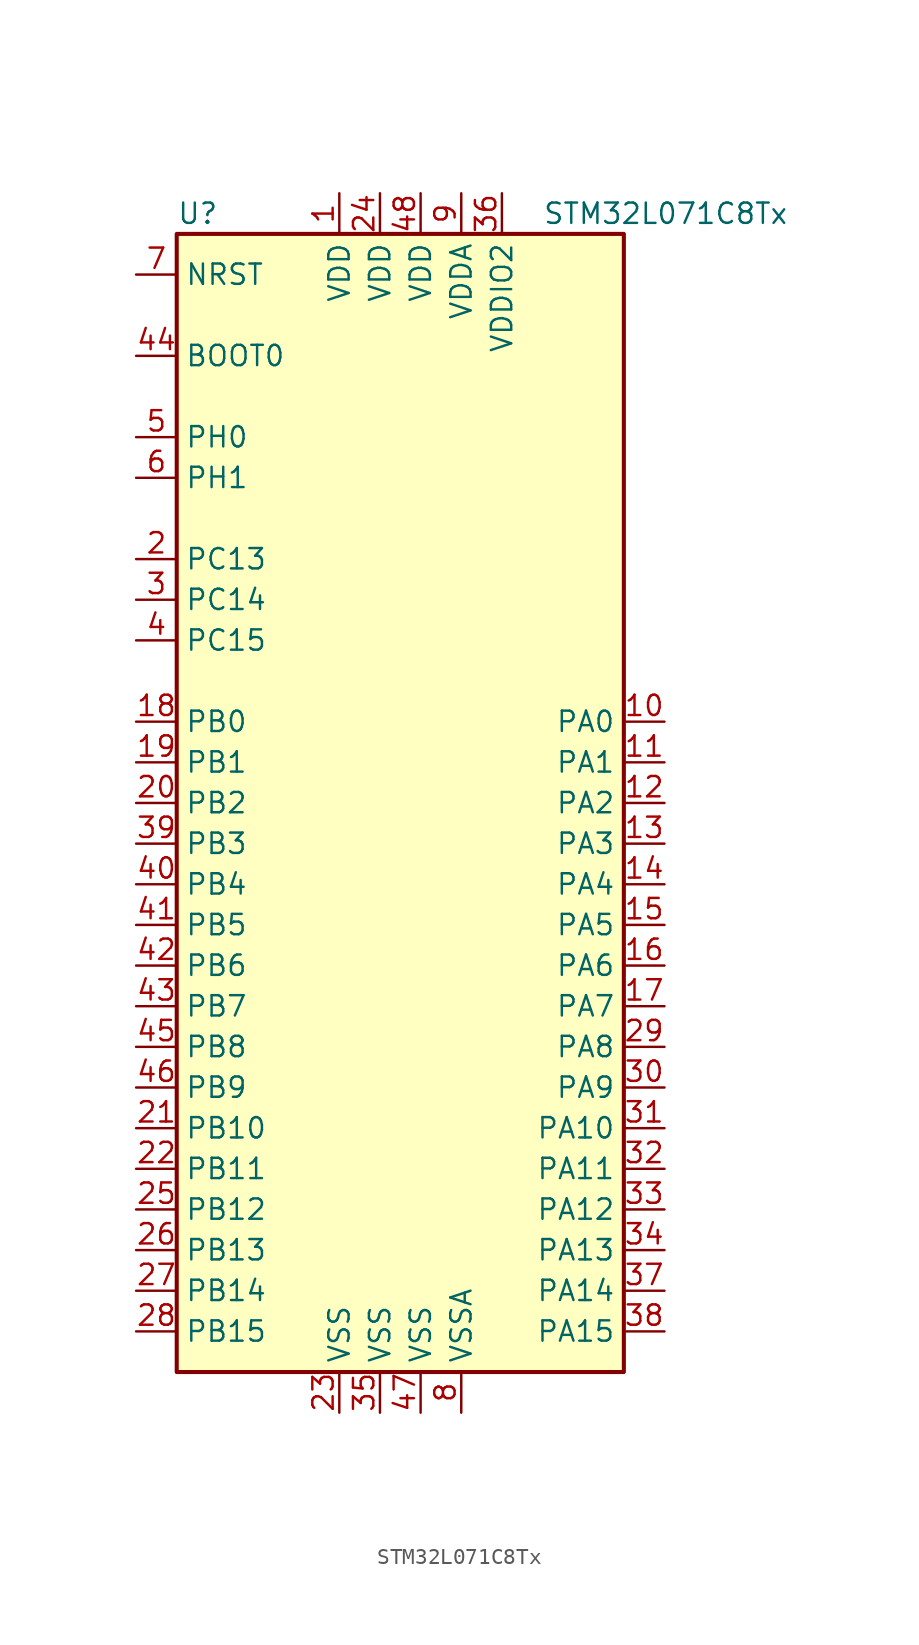
<source format=kicad_sym>
(kicad_symbol_lib
  (version 20201005)
  (generator kicad_symbol_editor)
  (symbol "MCU_ST_STM32L0:STM32L071C8Tx"
    (property "Reference" "U"
      (at -15.24 36.83 0)
      (effects (font (size 1.27 1.27)) (justify left)))
    (property "Value" "STM32L071C8Tx"
      (at 7.62 36.83 0)
      (effects (font (size 1.27 1.27)) (justify left)))
    (symbol "STM32L071C8Tx_0_1"
      (rectangle (start -15.24 -35.56) (end 12.7 35.56) (stroke (width 0.254)) (fill (type background))))
    (symbol "STM32L071C8Tx_1_1"
      (pin input line (at -17.78 27.94 0) (length 2.54) (name "BOOT0" (effects (font (size 1.27 1.27)))) (number "44" (effects (font (size 1.27 1.27)))))
      (pin input line (at -17.78 33.02 0) (length 2.54) (name "NRST" (effects (font (size 1.27 1.27)))) (number "7" (effects (font (size 1.27 1.27)))))
      (pin bidirectional line (at 15.24 5.08 180) (length 2.54) (name "PA0" (effects (font (size 1.27 1.27)))) (number "10" (effects (font (size 1.27 1.27)))))
      (pin bidirectional line (at 15.24 2.54 180) (length 2.54) (name "PA1" (effects (font (size 1.27 1.27)))) (number "11" (effects (font (size 1.27 1.27)))))
      (pin bidirectional line (at 15.24 -20.32 180) (length 2.54) (name "PA10" (effects (font (size 1.27 1.27)))) (number "31" (effects (font (size 1.27 1.27)))))
      (pin bidirectional line (at 15.24 -22.86 180) (length 2.54) (name "PA11" (effects (font (size 1.27 1.27)))) (number "32" (effects (font (size 1.27 1.27)))))
      (pin bidirectional line (at 15.24 -25.4 180) (length 2.54) (name "PA12" (effects (font (size 1.27 1.27)))) (number "33" (effects (font (size 1.27 1.27)))))
      (pin bidirectional line (at 15.24 -27.94 180) (length 2.54) (name "PA13" (effects (font (size 1.27 1.27)))) (number "34" (effects (font (size 1.27 1.27)))))
      (pin bidirectional line (at 15.24 -30.48 180) (length 2.54) (name "PA14" (effects (font (size 1.27 1.27)))) (number "37" (effects (font (size 1.27 1.27)))))
      (pin bidirectional line (at 15.24 -33.02 180) (length 2.54) (name "PA15" (effects (font (size 1.27 1.27)))) (number "38" (effects (font (size 1.27 1.27)))))
      (pin bidirectional line (at 15.24 0 180) (length 2.54) (name "PA2" (effects (font (size 1.27 1.27)))) (number "12" (effects (font (size 1.27 1.27)))))
      (pin bidirectional line (at 15.24 -2.54 180) (length 2.54) (name "PA3" (effects (font (size 1.27 1.27)))) (number "13" (effects (font (size 1.27 1.27)))))
      (pin bidirectional line (at 15.24 -5.08 180) (length 2.54) (name "PA4" (effects (font (size 1.27 1.27)))) (number "14" (effects (font (size 1.27 1.27)))))
      (pin bidirectional line (at 15.24 -7.62 180) (length 2.54) (name "PA5" (effects (font (size 1.27 1.27)))) (number "15" (effects (font (size 1.27 1.27)))))
      (pin bidirectional line (at 15.24 -10.16 180) (length 2.54) (name "PA6" (effects (font (size 1.27 1.27)))) (number "16" (effects (font (size 1.27 1.27)))))
      (pin bidirectional line (at 15.24 -12.7 180) (length 2.54) (name "PA7" (effects (font (size 1.27 1.27)))) (number "17" (effects (font (size 1.27 1.27)))))
      (pin bidirectional line (at 15.24 -15.24 180) (length 2.54) (name "PA8" (effects (font (size 1.27 1.27)))) (number "29" (effects (font (size 1.27 1.27)))))
      (pin bidirectional line (at 15.24 -17.78 180) (length 2.54) (name "PA9" (effects (font (size 1.27 1.27)))) (number "30" (effects (font (size 1.27 1.27)))))
      (pin bidirectional line (at -17.78 5.08 0) (length 2.54) (name "PB0" (effects (font (size 1.27 1.27)))) (number "18" (effects (font (size 1.27 1.27)))))
      (pin bidirectional line (at -17.78 2.54 0) (length 2.54) (name "PB1" (effects (font (size 1.27 1.27)))) (number "19" (effects (font (size 1.27 1.27)))))
      (pin bidirectional line (at -17.78 -20.32 0) (length 2.54) (name "PB10" (effects (font (size 1.27 1.27)))) (number "21" (effects (font (size 1.27 1.27)))))
      (pin bidirectional line (at -17.78 -22.86 0) (length 2.54) (name "PB11" (effects (font (size 1.27 1.27)))) (number "22" (effects (font (size 1.27 1.27)))))
      (pin bidirectional line (at -17.78 -25.4 0) (length 2.54) (name "PB12" (effects (font (size 1.27 1.27)))) (number "25" (effects (font (size 1.27 1.27)))))
      (pin bidirectional line (at -17.78 -27.94 0) (length 2.54) (name "PB13" (effects (font (size 1.27 1.27)))) (number "26" (effects (font (size 1.27 1.27)))))
      (pin bidirectional line (at -17.78 -30.48 0) (length 2.54) (name "PB14" (effects (font (size 1.27 1.27)))) (number "27" (effects (font (size 1.27 1.27)))))
      (pin bidirectional line (at -17.78 -33.02 0) (length 2.54) (name "PB15" (effects (font (size 1.27 1.27)))) (number "28" (effects (font (size 1.27 1.27)))))
      (pin bidirectional line (at -17.78 0 0) (length 2.54) (name "PB2" (effects (font (size 1.27 1.27)))) (number "20" (effects (font (size 1.27 1.27)))))
      (pin bidirectional line (at -17.78 -2.54 0) (length 2.54) (name "PB3" (effects (font (size 1.27 1.27)))) (number "39" (effects (font (size 1.27 1.27)))))
      (pin bidirectional line (at -17.78 -5.08 0) (length 2.54) (name "PB4" (effects (font (size 1.27 1.27)))) (number "40" (effects (font (size 1.27 1.27)))))
      (pin bidirectional line (at -17.78 -7.62 0) (length 2.54) (name "PB5" (effects (font (size 1.27 1.27)))) (number "41" (effects (font (size 1.27 1.27)))))
      (pin bidirectional line (at -17.78 -10.16 0) (length 2.54) (name "PB6" (effects (font (size 1.27 1.27)))) (number "42" (effects (font (size 1.27 1.27)))))
      (pin bidirectional line (at -17.78 -12.7 0) (length 2.54) (name "PB7" (effects (font (size 1.27 1.27)))) (number "43" (effects (font (size 1.27 1.27)))))
      (pin bidirectional line (at -17.78 -15.24 0) (length 2.54) (name "PB8" (effects (font (size 1.27 1.27)))) (number "45" (effects (font (size 1.27 1.27)))))
      (pin bidirectional line (at -17.78 -17.78 0) (length 2.54) (name "PB9" (effects (font (size 1.27 1.27)))) (number "46" (effects (font (size 1.27 1.27)))))
      (pin bidirectional line (at -17.78 15.24 0) (length 2.54) (name "PC13" (effects (font (size 1.27 1.27)))) (number "2" (effects (font (size 1.27 1.27)))))
      (pin bidirectional line (at -17.78 12.7 0) (length 2.54) (name "PC14" (effects (font (size 1.27 1.27)))) (number "3" (effects (font (size 1.27 1.27)))))
      (pin bidirectional line (at -17.78 10.16 0) (length 2.54) (name "PC15" (effects (font (size 1.27 1.27)))) (number "4" (effects (font (size 1.27 1.27)))))
      (pin input line (at -17.78 22.86 0) (length 2.54) (name "PH0" (effects (font (size 1.27 1.27)))) (number "5" (effects (font (size 1.27 1.27)))))
      (pin input line (at -17.78 20.32 0) (length 2.54) (name "PH1" (effects (font (size 1.27 1.27)))) (number "6" (effects (font (size 1.27 1.27)))))
      (pin power_in line (at -5.08 38.1 270) (length 2.54) (name "VDD" (effects (font (size 1.27 1.27)))) (number "1" (effects (font (size 1.27 1.27)))))
      (pin power_in line (at -2.54 38.1 270) (length 2.54) (name "VDD" (effects (font (size 1.27 1.27)))) (number "24" (effects (font (size 1.27 1.27)))))
      (pin power_in line (at 0 38.1 270) (length 2.54) (name "VDD" (effects (font (size 1.27 1.27)))) (number "48" (effects (font (size 1.27 1.27)))))
      (pin power_in line (at 2.54 38.1 270) (length 2.54) (name "VDDA" (effects (font (size 1.27 1.27)))) (number "9" (effects (font (size 1.27 1.27)))))
      (pin power_in line (at 5.08 38.1 270) (length 2.54) (name "VDDIO2" (effects (font (size 1.27 1.27)))) (number "36" (effects (font (size 1.27 1.27)))))
      (pin power_in line (at -5.08 -38.1 90) (length 2.54) (name "VSS" (effects (font (size 1.27 1.27)))) (number "23" (effects (font (size 1.27 1.27)))))
      (pin power_in line (at -2.54 -38.1 90) (length 2.54) (name "VSS" (effects (font (size 1.27 1.27)))) (number "35" (effects (font (size 1.27 1.27)))))
      (pin power_in line (at 0 -38.1 90) (length 2.54) (name "VSS" (effects (font (size 1.27 1.27)))) (number "47" (effects (font (size 1.27 1.27)))))
      (pin power_in line (at 2.54 -38.1 90) (length 2.54) (name "VSSA" (effects (font (size 1.27 1.27)))) (number "8" (effects (font (size 1.27 1.27))))))))
</source>
